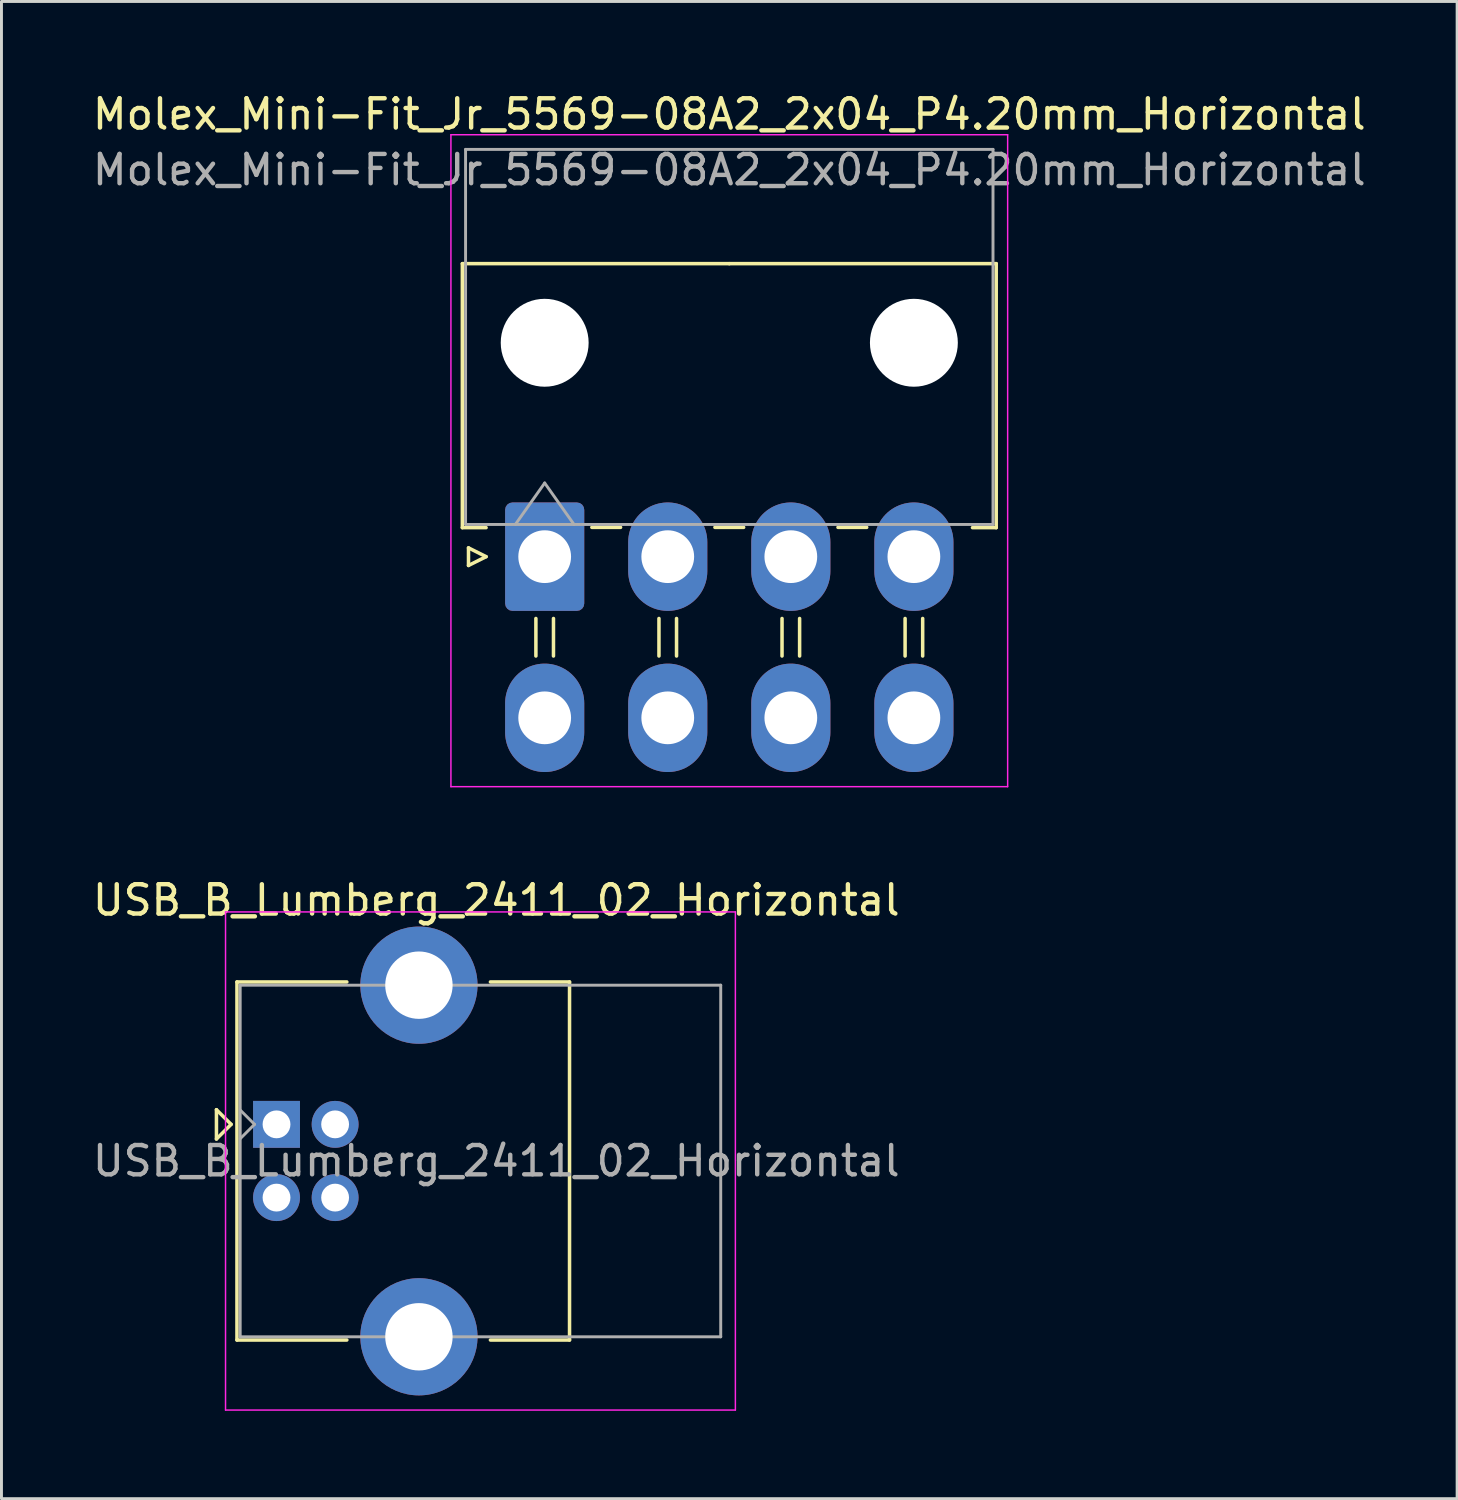
<source format=kicad_pcb>
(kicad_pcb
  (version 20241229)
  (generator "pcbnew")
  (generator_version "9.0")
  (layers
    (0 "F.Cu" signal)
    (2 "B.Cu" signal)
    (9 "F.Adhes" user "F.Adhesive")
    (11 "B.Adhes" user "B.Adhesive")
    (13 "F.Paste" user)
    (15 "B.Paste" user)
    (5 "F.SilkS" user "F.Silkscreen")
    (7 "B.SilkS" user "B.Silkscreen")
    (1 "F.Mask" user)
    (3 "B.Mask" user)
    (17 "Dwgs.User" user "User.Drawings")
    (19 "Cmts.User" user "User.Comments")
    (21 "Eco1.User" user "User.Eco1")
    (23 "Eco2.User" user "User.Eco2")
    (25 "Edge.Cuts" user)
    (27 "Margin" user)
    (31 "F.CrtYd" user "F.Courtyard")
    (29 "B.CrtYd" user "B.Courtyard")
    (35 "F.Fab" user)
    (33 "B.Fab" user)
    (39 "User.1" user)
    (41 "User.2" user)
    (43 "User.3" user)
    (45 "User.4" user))
  (footprint "USB_B_Lumberg_2411_02_Horizontal"
    (layer "F.Cu")
    (at 6.387 35.322)
    (property "Reference" "USB_B_Lumberg_2411_02_Horizontal" (at 7.5 -7.65 0) (layer "F.SilkS") (effects (font (size 1 1) (thickness 0.15))))
    (attr through_hole)
    (fp_line (start -2.05 -0.5) (end -2.05 0.5) (stroke (width 0.12) (type solid)) (layer "F.SilkS"))
    (fp_line (start -2.05 0.5) (end -1.55 0) (stroke (width 0.12) (type solid)) (layer "F.SilkS"))
    (fp_line (start -1.55 0) (end -2.05 -0.5) (stroke (width 0.12) (type solid)) (layer "F.SilkS"))
    (fp_line (start -1.35 -4.86) (end 2.4 -4.86) (stroke (width 0.12) (type solid)) (layer "F.SilkS"))
    (fp_line (start -1.35 7.36) (end -1.35 -4.86) (stroke (width 0.12) (type solid)) (layer "F.SilkS"))
    (fp_line (start -1.35 7.36) (end 2.4 7.36) (stroke (width 0.12) (type solid)) (layer "F.SilkS"))
    (fp_line (start 10 -4.86) (end 7.3 -4.86) (stroke (width 0.12) (type solid)) (layer "F.SilkS"))
    (fp_line (start 10 7.36) (end 7.3 7.36) (stroke (width 0.12) (type solid)) (layer "F.SilkS"))
    (fp_line (start 10 7.36) (end 10 -4.86) (stroke (width 0.12) (type solid)) (layer "F.SilkS"))
    (fp_line (start -1.74 -7.25) (end -1.74 9.75) (stroke (width 0.05) (type solid)) (layer "F.CrtYd"))
    (fp_line (start -1.74 9.75) (end 15.66 9.75) (stroke (width 0.05) (type solid)) (layer "F.CrtYd"))
    (fp_line (start 15.66 -7.25) (end -1.74 -7.25) (stroke (width 0.05) (type solid)) (layer "F.CrtYd"))
    (fp_line (start 15.66 9.75) (end 15.66 -7.25) (stroke (width 0.05) (type solid)) (layer "F.CrtYd"))
    (fp_line (start -1.24 -4.75) (end 15.16 -4.75) (stroke (width 0.1) (type solid)) (layer "F.Fab"))
    (fp_line (start -1.24 0.49) (end -0.75 0) (stroke (width 0.1) (type solid)) (layer "F.Fab"))
    (fp_line (start -1.24 7.25) (end -1.24 -4.75) (stroke (width 0.1) (type solid)) (layer "F.Fab"))
    (fp_line (start -0.75 0) (end -1.24 -0.49) (stroke (width 0.1) (type solid)) (layer "F.Fab"))
    (fp_line (start 15.16 -4.75) (end 15.16 7.25) (stroke (width 0.1) (type solid)) (layer "F.Fab"))
    (fp_line (start 15.16 7.25) (end -1.24 7.25) (stroke (width 0.1) (type solid)) (layer "F.Fab"))
    (fp_text user "${REFERENCE}" (at 7.5 1.25 180) (layer "F.Fab") (effects (font (size 1 1) (thickness 0.15))))
    (pad "1" thru_hole rect (at 0 0 90) (size 1.6 1.6) (drill 0.95) (layers "*.Cu" "*.Mask"))
    (pad "2" thru_hole circle (at 0 2.5 90) (size 1.6 1.6) (drill 0.95) (layers "*.Cu" "*.Mask"))
    (pad "3" thru_hole circle (at 2 2.5 90) (size 1.6 1.6) (drill 0.95) (layers "*.Cu" "*.Mask"))
    (pad "4" thru_hole circle (at 2 0 90) (size 1.6 1.6) (drill 0.95) (layers "*.Cu" "*.Mask"))
    (pad "5" thru_hole circle (at 4.86 -4.75 90) (size 4 4) (drill 2.3) (layers "*.Cu" "*.Mask"))
    (pad "5" thru_hole circle (at 4.86 7.25 90) (size 4 4) (drill 2.3) (layers "*.Cu" "*.Mask")))
  (footprint "Molex_Mini-Fit_Jr_5569-08A2_2x04_P4.20mm_Horizontal"
    (layer "F.Cu")
    (at 15.539 15.948)
    (property "Reference" "Molex_Mini-Fit_Jr_5569-08A2_2x04_P4.20mm_Horizontal" (at 6.3 -15.1 0) (layer "F.SilkS") (effects (font (size 1 1) (thickness 0.15))))
    (attr through_hole)
    (fp_line (start -2.81 -10) (end 6.3 -10) (stroke (width 0.12) (type solid)) (layer "F.SilkS"))
    (fp_line (start -2.81 -0.99) (end -2.81 -10) (stroke (width 0.12) (type solid)) (layer "F.SilkS"))
    (fp_line (start -2.6 -0.3) (end -2 0) (stroke (width 0.12) (type solid)) (layer "F.SilkS"))
    (fp_line (start -2.6 0.3) (end -2.6 -0.3) (stroke (width 0.12) (type solid)) (layer "F.SilkS"))
    (fp_line (start -2 -0.99) (end -2.81 -0.99) (stroke (width 0.12) (type solid)) (layer "F.SilkS"))
    (fp_line (start -2 0) (end -2.6 0.3) (stroke (width 0.12) (type solid)) (layer "F.SilkS"))
    (fp_line (start -0.3 2.11) (end -0.3 3.39) (stroke (width 0.12) (type solid)) (layer "F.SilkS"))
    (fp_line (start 0.3 2.11) (end 0.3 3.39) (stroke (width 0.12) (type solid)) (layer "F.SilkS"))
    (fp_line (start 1.61 -1) (end 2.59 -1) (stroke (width 0.12) (type solid)) (layer "F.SilkS"))
    (fp_line (start 3.9 2.11) (end 3.9 3.39) (stroke (width 0.12) (type solid)) (layer "F.SilkS"))
    (fp_line (start 4.5 2.11) (end 4.5 3.39) (stroke (width 0.12) (type solid)) (layer "F.SilkS"))
    (fp_line (start 5.81 -1) (end 6.79 -1) (stroke (width 0.12) (type solid)) (layer "F.SilkS"))
    (fp_line (start 8.1 2.11) (end 8.1 3.39) (stroke (width 0.12) (type solid)) (layer "F.SilkS"))
    (fp_line (start 8.7 2.11) (end 8.7 3.39) (stroke (width 0.12) (type solid)) (layer "F.SilkS"))
    (fp_line (start 10.01 -1) (end 10.99 -1) (stroke (width 0.12) (type solid)) (layer "F.SilkS"))
    (fp_line (start 12.3 2.11) (end 12.3 3.39) (stroke (width 0.12) (type solid)) (layer "F.SilkS"))
    (fp_line (start 12.9 2.11) (end 12.9 3.39) (stroke (width 0.12) (type solid)) (layer "F.SilkS"))
    (fp_line (start 14.6 -0.99) (end 15.41 -0.99) (stroke (width 0.12) (type solid)) (layer "F.SilkS"))
    (fp_line (start 15.41 -10) (end 6.3 -10) (stroke (width 0.12) (type solid)) (layer "F.SilkS"))
    (fp_line (start 15.41 -0.99) (end 15.41 -10) (stroke (width 0.12) (type solid)) (layer "F.SilkS"))
    (fp_line (start -3.2 -14.4) (end -3.2 7.85) (stroke (width 0.05) (type solid)) (layer "F.CrtYd"))
    (fp_line (start -3.2 7.85) (end 15.8 7.85) (stroke (width 0.05) (type solid)) (layer "F.CrtYd"))
    (fp_line (start 15.8 -14.4) (end -3.2 -14.4) (stroke (width 0.05) (type solid)) (layer "F.CrtYd"))
    (fp_line (start 15.8 7.85) (end 15.8 -14.4) (stroke (width 0.05) (type solid)) (layer "F.CrtYd"))
    (fp_line (start -2.7 -13.9) (end -2.7 -1.1) (stroke (width 0.1) (type solid)) (layer "F.Fab"))
    (fp_line (start -2.7 -1.1) (end 15.3 -1.1) (stroke (width 0.1) (type solid)) (layer "F.Fab"))
    (fp_line (start -1 -1.1) (end 0 -2.514) (stroke (width 0.1) (type solid)) (layer "F.Fab"))
    (fp_line (start 0 -2.514) (end 1 -1.1) (stroke (width 0.1) (type solid)) (layer "F.Fab"))
    (fp_line (start 15.3 -13.9) (end -2.7 -13.9) (stroke (width 0.1) (type solid)) (layer "F.Fab"))
    (fp_line (start 15.3 -1.1) (end 15.3 -13.9) (stroke (width 0.1) (type solid)) (layer "F.Fab"))
    (fp_text user "${REFERENCE}" (at 6.3 -13.2 0) (layer "F.Fab") (effects (font (size 1 1) (thickness 0.15))))
    (pad "" np_thru_hole circle (at 0 -7.3) (size 3 3) (drill 3) (layers "*.Cu" "*.Mask"))
    (pad "" np_thru_hole circle (at 12.6 -7.3) (size 3 3) (drill 3) (layers "*.Cu" "*.Mask"))
    (pad "1" thru_hole roundrect (at 0 0) (size 2.7 3.7) (drill 1.8) (layers "*.Cu" "*.Mask") (roundrect_rratio 0.093))
    (pad "2" thru_hole oval (at 4.2 0) (size 2.7 3.7) (drill 1.8) (layers "*.Cu" "*.Mask"))
    (pad "3" thru_hole oval (at 8.4 0) (size 2.7 3.7) (drill 1.8) (layers "*.Cu" "*.Mask"))
    (pad "4" thru_hole oval (at 12.6 0) (size 2.7 3.7) (drill 1.8) (layers "*.Cu" "*.Mask"))
    (pad "5" thru_hole oval (at 0 5.5) (size 2.7 3.7) (drill 1.8) (layers "*.Cu" "*.Mask"))
    (pad "6" thru_hole oval (at 4.2 5.5) (size 2.7 3.7) (drill 1.8) (layers "*.Cu" "*.Mask"))
    (pad "7" thru_hole oval (at 8.4 5.5) (size 2.7 3.7) (drill 1.8) (layers "*.Cu" "*.Mask"))
    (pad "8" thru_hole oval (at 12.6 5.5) (size 2.7 3.7) (drill 1.8) (layers "*.Cu" "*.Mask")))
  (gr_rect
    (start -3 -3)
    (end 46.679 48.096)
    (stroke (width 0.1) (type default))
    (fill no)
    (layer "Edge.Cuts")))
</source>
